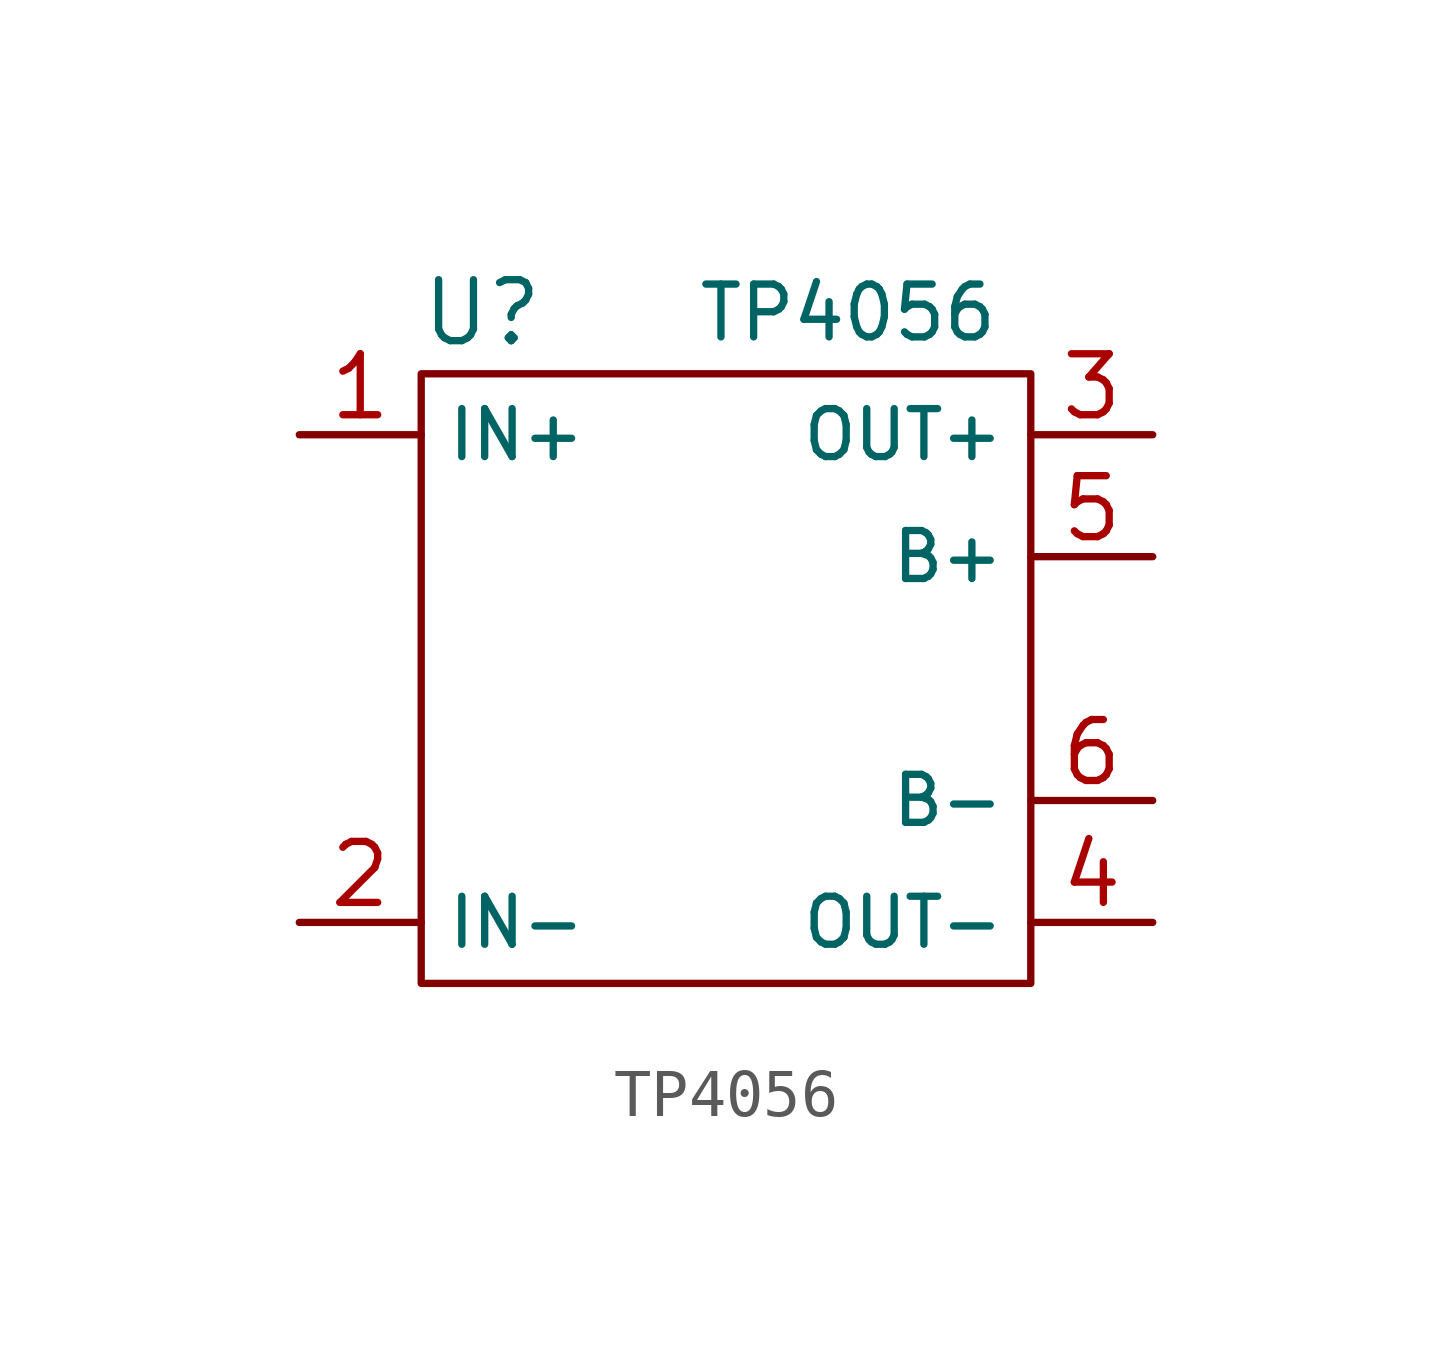
<source format=kicad_sym>
(kicad_symbol_lib
  (version 20211014)
  (generator kicad_symbol_editor)
  (symbol "TP4056"
    (property "Reference" "U"
      (at 1.27 13.97 0)
      (effects (font (size 1.27 1.27))))
    (property "Value" "TP4056"
      (at 8.89 13.97 0)
      (effects (font (size 1.1 1.1))))
    (symbol "TP4056_0_1"
      (rectangle (start 0 12.7) (end 12.7 0) (stroke (width 0) (type default) (color 0 0 0 0)) (fill (type none))))
    (symbol "TP4056_1_1"
      (pin input line (at -2.54 11.43 0) (length 2.54) (name "IN+" (effects (font (size 1 1)))) (number "1" (effects (font (size 1.27 1.27)))))
      (pin input line (at -2.54 1.27 0) (length 2.54) (name "IN-" (effects (font (size 1 1)))) (number "2" (effects (font (size 1.27 1.27)))))
      (pin output line (at 15.24 11.43 180) (length 2.54) (name "OUT+" (effects (font (size 1 1)))) (number "3" (effects (font (size 1.27 1.27)))))
      (pin output line (at 15.24 1.27 180) (length 2.54) (name "OUT-" (effects (font (size 1 1)))) (number "4" (effects (font (size 1.27 1.27)))))
      (pin bidirectional line (at 15.24 8.89 180) (length 2.54) (name "B+" (effects (font (size 1 1)))) (number "5" (effects (font (size 1.27 1.27)))))
      (pin bidirectional line (at 15.24 3.81 180) (length 2.54) (name "B-" (effects (font (size 1 1)))) (number "6" (effects (font (size 1.27 1.27))))))))
</source>
